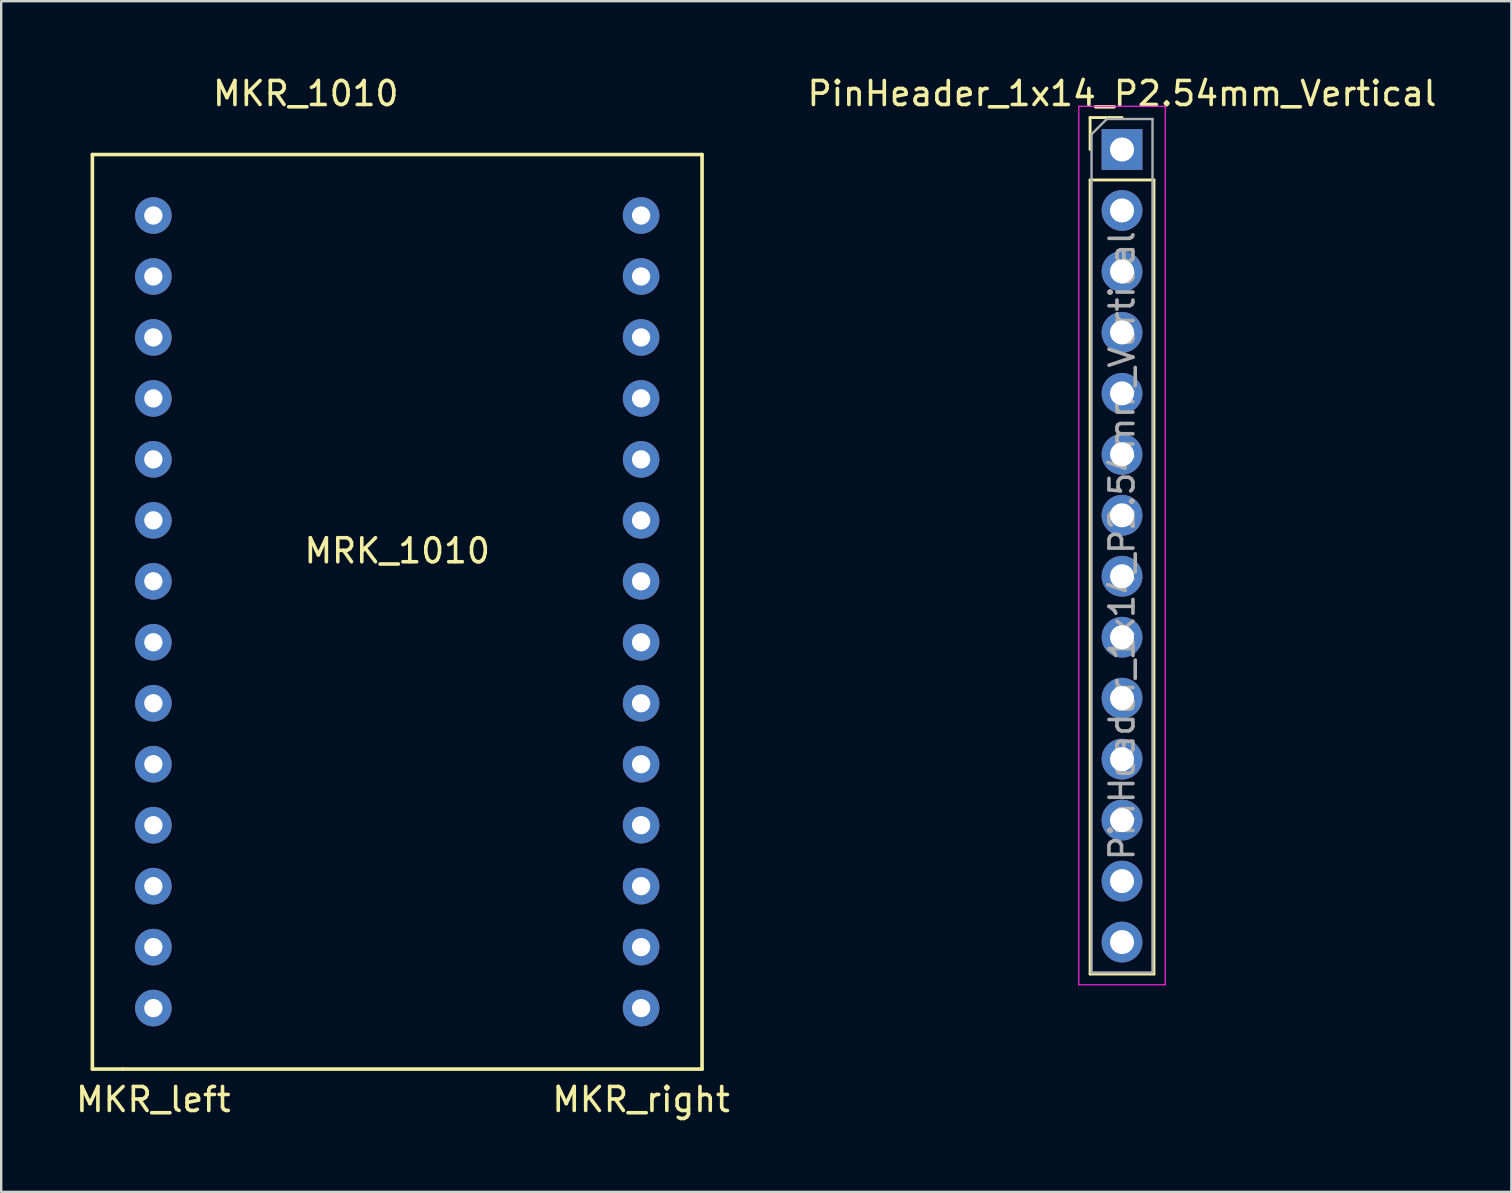
<source format=kicad_pcb>
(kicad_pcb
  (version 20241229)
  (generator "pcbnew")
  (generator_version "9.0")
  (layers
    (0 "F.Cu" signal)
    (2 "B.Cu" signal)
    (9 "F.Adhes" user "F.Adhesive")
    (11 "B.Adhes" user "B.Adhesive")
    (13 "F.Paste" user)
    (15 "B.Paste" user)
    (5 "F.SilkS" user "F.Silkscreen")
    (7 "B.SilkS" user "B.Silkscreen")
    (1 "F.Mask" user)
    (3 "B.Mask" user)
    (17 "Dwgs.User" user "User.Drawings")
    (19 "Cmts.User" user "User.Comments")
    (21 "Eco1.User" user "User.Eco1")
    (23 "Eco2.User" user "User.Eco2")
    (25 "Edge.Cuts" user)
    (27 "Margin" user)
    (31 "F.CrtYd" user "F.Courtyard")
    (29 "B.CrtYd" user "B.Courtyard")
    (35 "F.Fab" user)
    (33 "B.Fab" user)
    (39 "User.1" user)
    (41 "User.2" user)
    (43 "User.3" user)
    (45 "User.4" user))
  (footprint "PinHeader_1x14_P2.54mm_Vertical"
    (layer "F.Cu")
    (at 43.695 3.178)
    (property "Reference" "PinHeader_1x14_P2.54mm_Vertical" (at 0 -2.33 0) (layer "F.SilkS") (effects (font (size 1 1) (thickness 0.15))))
    (attr through_hole)
    (fp_line (start -1.33 -1.33) (end 0 -1.33) (stroke (width 0.12) (type solid)) (layer "F.SilkS"))
    (fp_line (start -1.33 0) (end -1.33 -1.33) (stroke (width 0.12) (type solid)) (layer "F.SilkS"))
    (fp_line (start -1.33 1.27) (end -1.33 34.35) (stroke (width 0.12) (type solid)) (layer "F.SilkS"))
    (fp_line (start -1.33 1.27) (end 1.33 1.27) (stroke (width 0.12) (type solid)) (layer "F.SilkS"))
    (fp_line (start -1.33 34.35) (end 1.33 34.35) (stroke (width 0.12) (type solid)) (layer "F.SilkS"))
    (fp_line (start 1.33 1.27) (end 1.33 34.35) (stroke (width 0.12) (type solid)) (layer "F.SilkS"))
    (fp_line (start -1.8 -1.8) (end -1.8 34.8) (stroke (width 0.05) (type solid)) (layer "F.CrtYd"))
    (fp_line (start -1.8 34.8) (end 1.8 34.8) (stroke (width 0.05) (type solid)) (layer "F.CrtYd"))
    (fp_line (start 1.8 -1.8) (end -1.8 -1.8) (stroke (width 0.05) (type solid)) (layer "F.CrtYd"))
    (fp_line (start 1.8 34.8) (end 1.8 -1.8) (stroke (width 0.05) (type solid)) (layer "F.CrtYd"))
    (fp_line (start -1.27 -0.635) (end -0.635 -1.27) (stroke (width 0.1) (type solid)) (layer "F.Fab"))
    (fp_line (start -1.27 34.29) (end -1.27 -0.635) (stroke (width 0.1) (type solid)) (layer "F.Fab"))
    (fp_line (start -0.635 -1.27) (end 1.27 -1.27) (stroke (width 0.1) (type solid)) (layer "F.Fab"))
    (fp_line (start 1.27 -1.27) (end 1.27 34.29) (stroke (width 0.1) (type solid)) (layer "F.Fab"))
    (fp_line (start 1.27 34.29) (end -1.27 34.29) (stroke (width 0.1) (type solid)) (layer "F.Fab"))
    (fp_text user "${REFERENCE}" (at 0 16.51 90) (layer "F.Fab") (effects (font (size 1 1) (thickness 0.15))))
    (pad "1" thru_hole oval (at 0 20.32) (size 1.7 1.7) (drill 1) (layers "*.Cu" "*.Mask"))
    (pad "3.3V" thru_hole oval (at 0 5.08) (size 1.7 1.7) (drill 1) (layers "*.Cu" "*.Mask"))
    (pad "5V" thru_hole rect (at 0 0) (size 1.7 1.7) (drill 1) (layers "*.Cu" "*.Mask"))
    (pad "6" thru_hole oval (at 0 33.02) (size 1.7 1.7) (drill 1) (layers "*.Cu" "*.Mask"))
    (pad "7" thru_hole oval (at 0 30.48) (size 1.7 1.7) (drill 1) (layers "*.Cu" "*.Mask"))
    (pad "8" thru_hole oval (at 0 27.94) (size 1.7 1.7) (drill 1) (layers "*.Cu" "*.Mask"))
    (pad "9" thru_hole oval (at 0 25.4) (size 1.7 1.7) (drill 1) (layers "*.Cu" "*.Mask"))
    (pad "10" thru_hole oval (at 0 22.86) (size 1.7 1.7) (drill 1) (layers "*.Cu" "*.Mask"))
    (pad "12" thru_hole oval (at 0 17.78) (size 1.7 1.7) (drill 1) (layers "*.Cu" "*.Mask"))
    (pad "Gnd" thru_hole oval (at 0 7.62) (size 1.7 1.7) (drill 1) (layers "*.Cu" "*.Mask"))
    (pad "Reset" thru_hole oval (at 0 10.16) (size 1.7 1.7) (drill 1) (layers "*.Cu" "*.Mask"))
    (pad "Rx" thru_hole oval (at 0 15.24) (size 1.7 1.7) (drill 1) (layers "*.Cu" "*.Mask"))
    (pad "Tx" thru_hole oval (at 0 12.7) (size 1.7 1.7) (drill 1) (layers "*.Cu" "*.Mask"))
    (pad "Vin" thru_hole oval (at 0 2.54) (size 1.7 1.7) (drill 1) (layers "*.Cu" "*.Mask")))
  (footprint "MKR_1010"
    (layer "F.Cu")
    (at 9.689 3.388)
    (property "Reference" "MKR_1010" (at 0 -2.54 0) (layer "F.SilkS") (effects (font (size 1 1) (thickness 0.15))))
    (attr through_hole)
    (fp_line (start -8.89 0) (end 16.51 0) (stroke (width 0.15) (type solid)) (layer "F.SilkS"))
    (fp_line (start -8.89 38.1) (end -8.89 0) (stroke (width 0.15) (type solid)) (layer "F.SilkS"))
    (fp_line (start -7.62 38.1) (end -8.89 38.1) (stroke (width 0.15) (type solid)) (layer "F.SilkS"))
    (fp_line (start 16.51 0) (end 16.51 38.1) (stroke (width 0.15) (type solid)) (layer "F.SilkS"))
    (fp_line (start 16.51 38.1) (end -7.62 38.1) (stroke (width 0.15) (type solid)) (layer "F.SilkS"))
    (fp_text user "MKR_right" (at 13.97 39.37 0) (layer "F.SilkS") (effects (font (size 1 1) (thickness 0.15))))
    (fp_text user "MKR_left" (at -6.35 39.37 0) (layer "F.SilkS") (effects (font (size 1 1) (thickness 0.15))))
    (fp_text user "MRK_1010" (at 3.81 16.51 0) (layer "F.SilkS") (effects (font (size 1 1) (thickness 0.15))))
    (pad "0" thru_hole circle (at -6.35 22.86) (size 1.524 1.524) (drill 0.762) (layers "*.Cu" "*.Mask"))
    (pad "1" thru_hole circle (at -6.35 25.4) (size 1.524 1.524) (drill 0.762) (layers "*.Cu" "*.Mask"))
    (pad "2" thru_hole circle (at -6.35 27.94) (size 1.524 1.524) (drill 0.762) (layers "*.Cu" "*.Mask"))
    (pad "3" thru_hole circle (at -6.35 30.48) (size 1.524 1.524) (drill 0.762) (layers "*.Cu" "*.Mask"))
    (pad "3.3V" thru_hole circle (at 13.97 7.62) (size 1.524 1.524) (drill 0.762) (layers "*.Cu" "*.Mask"))
    (pad "4" thru_hole circle (at -6.35 33.02) (size 1.524 1.524) (drill 0.762) (layers "*.Cu" "*.Mask"))
    (pad "5" thru_hole circle (at -6.35 35.56) (size 1.524 1.524) (drill 0.762) (layers "*.Cu" "*.Mask"))
    (pad "5V" thru_hole circle (at 13.97 2.54) (size 1.524 1.524) (drill 0.762) (layers "*.Cu" "*.Mask"))
    (pad "6" thru_hole circle (at 13.97 35.56) (size 1.524 1.524) (drill 0.762) (layers "*.Cu" "*.Mask"))
    (pad "7" thru_hole circle (at 13.97 33.02) (size 1.524 1.524) (drill 0.762) (layers "*.Cu" "*.Mask"))
    (pad "8" thru_hole circle (at 13.97 30.48) (size 1.524 1.524) (drill 0.762) (layers "*.Cu" "*.Mask"))
    (pad "9" thru_hole circle (at 13.97 27.94) (size 1.524 1.524) (drill 0.762) (layers "*.Cu" "*.Mask"))
    (pad "10" thru_hole circle (at 13.97 25.4) (size 1.524 1.524) (drill 0.762) (layers "*.Cu" "*.Mask"))
    (pad "11" thru_hole circle (at 13.97 22.86) (size 1.524 1.524) (drill 0.762) (layers "*.Cu" "*.Mask"))
    (pad "12" thru_hole circle (at 13.97 20.32) (size 1.524 1.524) (drill 0.762) (layers "*.Cu" "*.Mask"))
    (pad "A0" thru_hole circle (at -6.35 5.08) (size 1.524 1.524) (drill 0.762) (layers "*.Cu" "*.Mask"))
    (pad "A1" thru_hole circle (at -6.35 7.62) (size 1.524 1.524) (drill 0.762) (layers "*.Cu" "*.Mask"))
    (pad "A2" thru_hole circle (at -6.35 10.16) (size 1.524 1.524) (drill 0.762) (layers "*.Cu" "*.Mask"))
    (pad "A3" thru_hole circle (at -6.35 12.7) (size 1.524 1.524) (drill 0.762) (layers "*.Cu" "*.Mask"))
    (pad "A4" thru_hole circle (at -6.35 15.24) (size 1.524 1.524) (drill 0.762) (layers "*.Cu" "*.Mask"))
    (pad "A5" thru_hole circle (at -6.35 17.78) (size 1.524 1.524) (drill 0.762) (layers "*.Cu" "*.Mask"))
    (pad "A6" thru_hole circle (at -6.35 20.32) (size 1.524 1.524) (drill 0.762) (layers "*.Cu" "*.Mask"))
    (pad "AREF" thru_hole circle (at -6.35 2.54) (size 1.524 1.524) (drill 0.762) (layers "*.Cu" "*.Mask"))
    (pad "Gnd" thru_hole circle (at 13.97 10.16) (size 1.524 1.524) (drill 0.762) (layers "*.Cu" "*.Mask"))
    (pad "Reset" thru_hole circle (at 13.97 12.7) (size 1.524 1.524) (drill 0.762) (layers "*.Cu" "*.Mask"))
    (pad "Rx" thru_hole circle (at 13.97 17.78) (size 1.524 1.524) (drill 0.762) (layers "*.Cu" "*.Mask"))
    (pad "Tx" thru_hole circle (at 13.97 15.24) (size 1.524 1.524) (drill 0.762) (layers "*.Cu" "*.Mask"))
    (pad "Vin" thru_hole circle (at 13.97 5.08) (size 1.524 1.524) (drill 0.762) (layers "*.Cu" "*.Mask")))
  (gr_rect
    (start -3 -3)
    (end 59.915 46.606)
    (stroke (width 0.1) (type default))
    (fill no)
    (layer "Edge.Cuts")))
</source>
